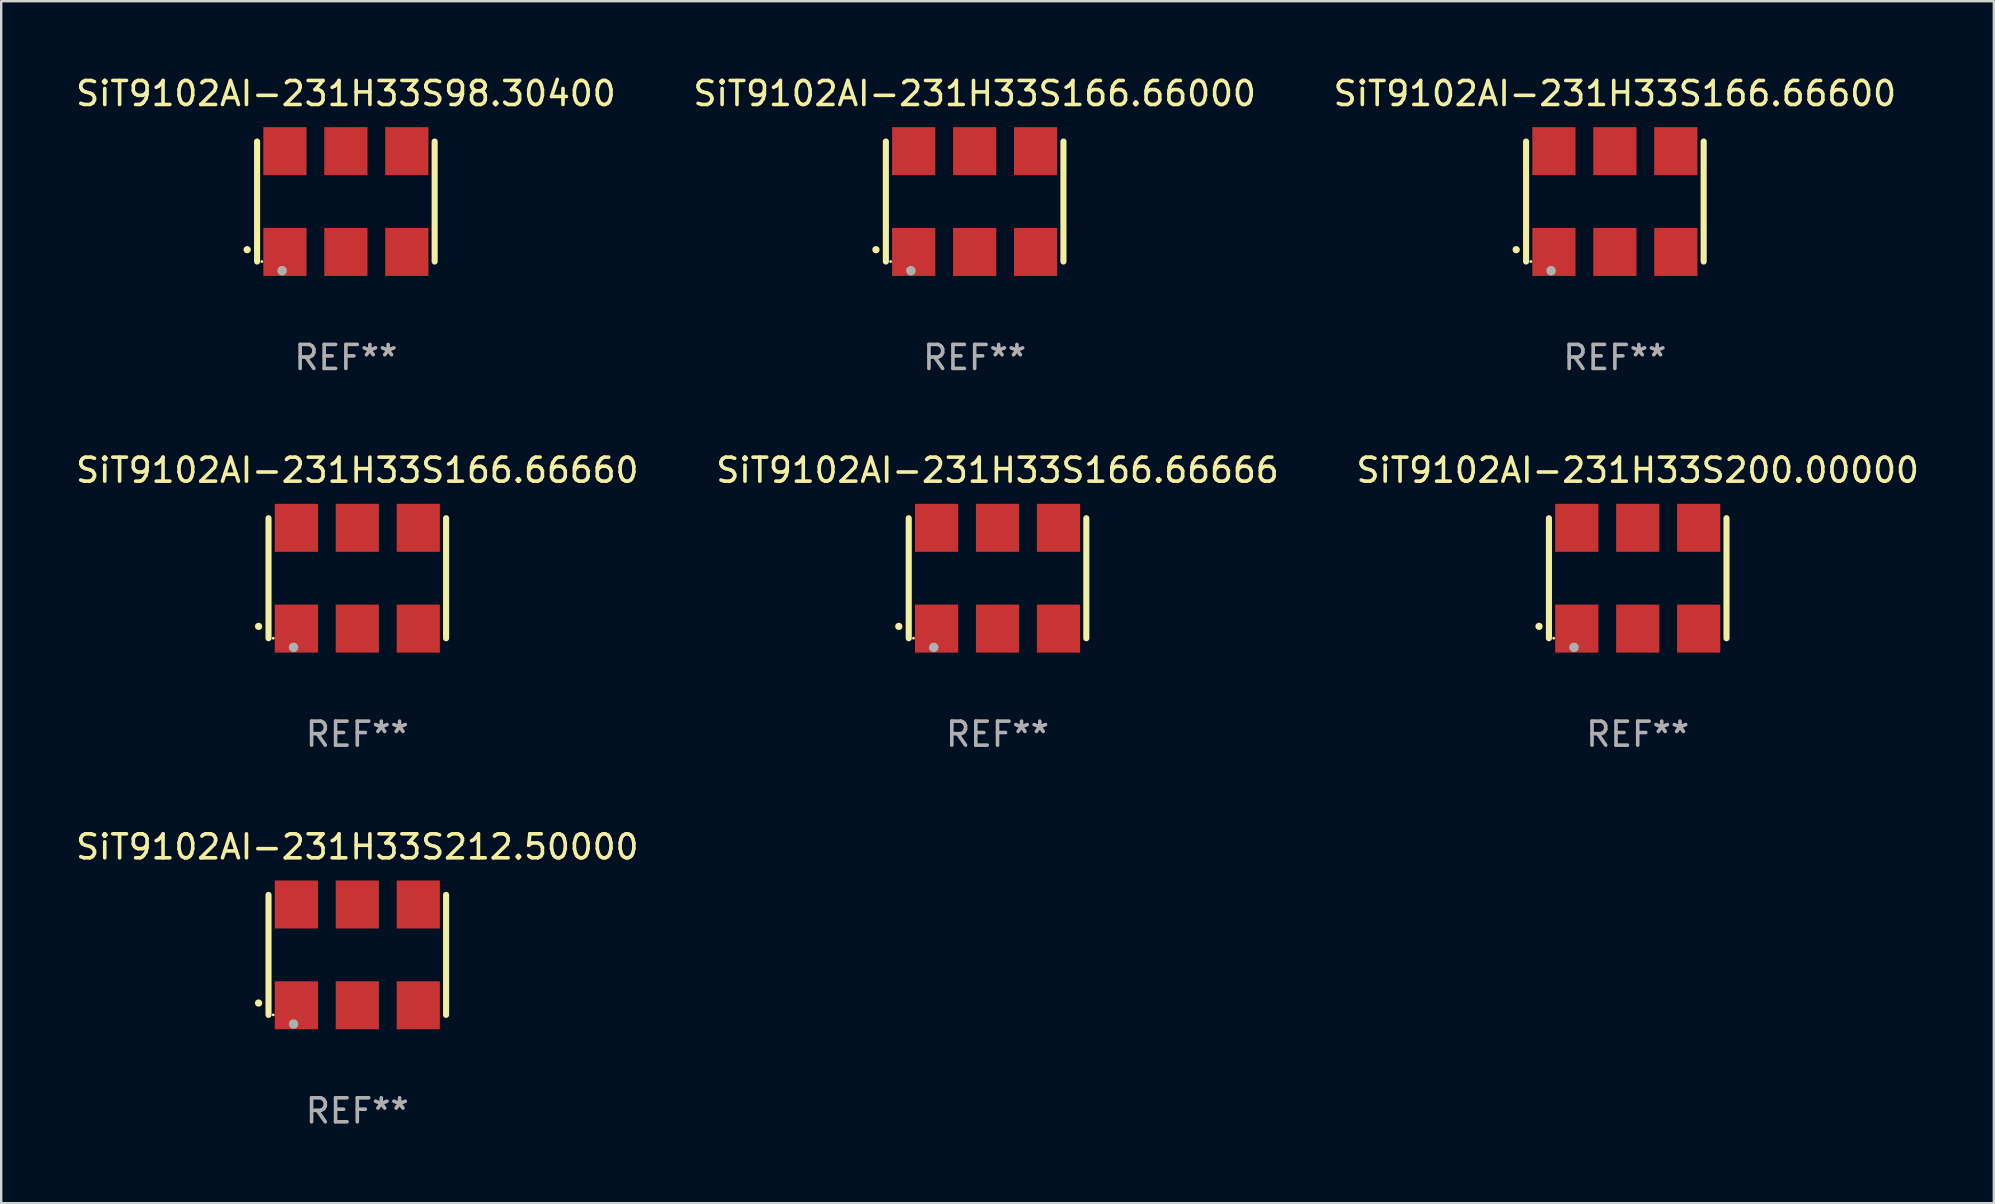
<source format=kicad_pcb>
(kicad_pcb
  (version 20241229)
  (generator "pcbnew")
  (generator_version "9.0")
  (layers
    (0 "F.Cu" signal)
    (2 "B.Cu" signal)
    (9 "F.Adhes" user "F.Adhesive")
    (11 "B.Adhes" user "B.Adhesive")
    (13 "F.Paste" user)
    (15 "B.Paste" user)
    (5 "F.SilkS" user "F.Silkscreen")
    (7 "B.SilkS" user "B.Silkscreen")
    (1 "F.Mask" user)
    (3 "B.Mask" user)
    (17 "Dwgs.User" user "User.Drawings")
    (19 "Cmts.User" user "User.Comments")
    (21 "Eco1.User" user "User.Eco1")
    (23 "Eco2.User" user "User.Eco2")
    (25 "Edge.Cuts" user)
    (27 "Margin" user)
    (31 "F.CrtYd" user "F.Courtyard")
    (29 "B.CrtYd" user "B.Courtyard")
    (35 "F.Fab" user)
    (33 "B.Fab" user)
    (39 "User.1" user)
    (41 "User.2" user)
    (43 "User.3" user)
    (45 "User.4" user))
  (footprint "SiT9102AI-231H33S98.30400"
    (layer "F.Cu")
    (at 11.363 5.348)
    (property "Reference" "SiT9102AI-231H33S98.30400" (at 0 -4.5 0) (layer "F.SilkS") (effects (font (size 1 1) (thickness 0.15))))
    (attr through_hole)
    (fp_line (start -3.7 -2.5) (end -3.7 2.5) (stroke (width 0.254) (type solid)) (layer "F.SilkS"))
    (fp_line (start 3.7 -2.5) (end 3.7 2.5) (stroke (width 0.254) (type solid)) (layer "F.SilkS"))
    (fp_arc (start -4.114415 2.006604) (mid -4.113145 2.006599) (end -4.111875 2.006604) (stroke (width 0.3) (type solid)) (layer "F.SilkS"))
    (fp_circle (center -3.502 2.5) (end -3.472 2.5) (stroke (width 0.06) (type solid)) (fill no) (layer "F.SilkS"))
    (fp_circle (center -2.657 2.882) (end -2.557 2.882) (stroke (width 0.2) (type solid)) (fill no) (layer "F.Fab"))
    (fp_text user "REF**" (at 0 6.5 0) (layer "F.Fab") (effects (font (size 1 1) (thickness 0.15))))
    (pad "1" smd rect (at -2.54 2.1) (size 1.8 2) (layers "F.Cu" "F.Mask" "F.Paste"))
    (pad "2" smd rect (at 0.000394 2.1) (size 1.8 2) (layers "F.Cu" "F.Mask" "F.Paste"))
    (pad "3" smd rect (at 2.54 2.1) (size 1.8 2) (layers "F.Cu" "F.Mask" "F.Paste"))
    (pad "4" smd rect (at 2.54 -2.1) (size 1.8 2) (layers "F.Cu" "F.Mask" "F.Paste"))
    (pad "5" smd rect (at 0.000394 -2.1) (size 1.8 2) (layers "F.Cu" "F.Mask" "F.Paste"))
    (pad "6" smd rect (at -2.54 -2.1) (size 1.8 2) (layers "F.Cu" "F.Mask" "F.Paste")))
  (footprint "SiT9102AI-231H33S166.66666"
    (layer "F.Cu")
    (at 38.518 21.045)
    (property "Reference" "SiT9102AI-231H33S166.66666" (at 0 -4.5 0) (layer "F.SilkS") (effects (font (size 1 1) (thickness 0.15))))
    (attr through_hole)
    (fp_line (start -3.7 -2.5) (end -3.7 2.5) (stroke (width 0.254) (type solid)) (layer "F.SilkS"))
    (fp_line (start 3.7 -2.5) (end 3.7 2.5) (stroke (width 0.254) (type solid)) (layer "F.SilkS"))
    (fp_arc (start -4.114415 2.006604) (mid -4.113145 2.006599) (end -4.111875 2.006604) (stroke (width 0.3) (type solid)) (layer "F.SilkS"))
    (fp_circle (center -3.502 2.5) (end -3.472 2.5) (stroke (width 0.06) (type solid)) (fill no) (layer "F.SilkS"))
    (fp_circle (center -2.657 2.882) (end -2.557 2.882) (stroke (width 0.2) (type solid)) (fill no) (layer "F.Fab"))
    (fp_text user "REF**" (at 0 6.5 0) (layer "F.Fab") (effects (font (size 1 1) (thickness 0.15))))
    (pad "1" smd rect (at -2.54 2.1) (size 1.8 2) (layers "F.Cu" "F.Mask" "F.Paste"))
    (pad "2" smd rect (at 0.000394 2.1) (size 1.8 2) (layers "F.Cu" "F.Mask" "F.Paste"))
    (pad "3" smd rect (at 2.54 2.1) (size 1.8 2) (layers "F.Cu" "F.Mask" "F.Paste"))
    (pad "4" smd rect (at 2.54 -2.1) (size 1.8 2) (layers "F.Cu" "F.Mask" "F.Paste"))
    (pad "5" smd rect (at 0.000394 -2.1) (size 1.8 2) (layers "F.Cu" "F.Mask" "F.Paste"))
    (pad "6" smd rect (at -2.54 -2.1) (size 1.8 2) (layers "F.Cu" "F.Mask" "F.Paste")))
  (footprint "SiT9102AI-231H33S212.50000"
    (layer "F.Cu")
    (at 11.839 36.741)
    (property "Reference" "SiT9102AI-231H33S212.50000" (at 0 -4.5 0) (layer "F.SilkS") (effects (font (size 1 1) (thickness 0.15))))
    (attr through_hole)
    (fp_line (start -3.7 -2.5) (end -3.7 2.5) (stroke (width 0.254) (type solid)) (layer "F.SilkS"))
    (fp_line (start 3.7 -2.5) (end 3.7 2.5) (stroke (width 0.254) (type solid)) (layer "F.SilkS"))
    (fp_arc (start -4.114415 2.006604) (mid -4.113145 2.006599) (end -4.111875 2.006604) (stroke (width 0.3) (type solid)) (layer "F.SilkS"))
    (fp_circle (center -3.502 2.5) (end -3.472 2.5) (stroke (width 0.06) (type solid)) (fill no) (layer "F.SilkS"))
    (fp_circle (center -2.657 2.882) (end -2.557 2.882) (stroke (width 0.2) (type solid)) (fill no) (layer "F.Fab"))
    (fp_text user "REF**" (at 0 6.5 0) (layer "F.Fab") (effects (font (size 1 1) (thickness 0.15))))
    (pad "1" smd rect (at -2.54 2.1) (size 1.8 2) (layers "F.Cu" "F.Mask" "F.Paste"))
    (pad "2" smd rect (at 0.000394 2.1) (size 1.8 2) (layers "F.Cu" "F.Mask" "F.Paste"))
    (pad "3" smd rect (at 2.54 2.1) (size 1.8 2) (layers "F.Cu" "F.Mask" "F.Paste"))
    (pad "4" smd rect (at 2.54 -2.1) (size 1.8 2) (layers "F.Cu" "F.Mask" "F.Paste"))
    (pad "5" smd rect (at 0.000394 -2.1) (size 1.8 2) (layers "F.Cu" "F.Mask" "F.Paste"))
    (pad "6" smd rect (at -2.54 -2.1) (size 1.8 2) (layers "F.Cu" "F.Mask" "F.Paste")))
  (footprint "SiT9102AI-231H33S166.66600"
    (layer "F.Cu")
    (at 64.244 5.348)
    (property "Reference" "SiT9102AI-231H33S166.66600" (at 0 -4.5 0) (layer "F.SilkS") (effects (font (size 1 1) (thickness 0.15))))
    (attr through_hole)
    (fp_line (start -3.7 -2.5) (end -3.7 2.5) (stroke (width 0.254) (type solid)) (layer "F.SilkS"))
    (fp_line (start 3.7 -2.5) (end 3.7 2.5) (stroke (width 0.254) (type solid)) (layer "F.SilkS"))
    (fp_arc (start -4.114415 2.006604) (mid -4.113145 2.006599) (end -4.111875 2.006604) (stroke (width 0.3) (type solid)) (layer "F.SilkS"))
    (fp_circle (center -3.502 2.5) (end -3.472 2.5) (stroke (width 0.06) (type solid)) (fill no) (layer "F.SilkS"))
    (fp_circle (center -2.657 2.882) (end -2.557 2.882) (stroke (width 0.2) (type solid)) (fill no) (layer "F.Fab"))
    (fp_text user "REF**" (at 0 6.5 0) (layer "F.Fab") (effects (font (size 1 1) (thickness 0.15))))
    (pad "1" smd rect (at -2.54 2.1) (size 1.8 2) (layers "F.Cu" "F.Mask" "F.Paste"))
    (pad "2" smd rect (at 0.000394 2.1) (size 1.8 2) (layers "F.Cu" "F.Mask" "F.Paste"))
    (pad "3" smd rect (at 2.54 2.1) (size 1.8 2) (layers "F.Cu" "F.Mask" "F.Paste"))
    (pad "4" smd rect (at 2.54 -2.1) (size 1.8 2) (layers "F.Cu" "F.Mask" "F.Paste"))
    (pad "5" smd rect (at 0.000394 -2.1) (size 1.8 2) (layers "F.Cu" "F.Mask" "F.Paste"))
    (pad "6" smd rect (at -2.54 -2.1) (size 1.8 2) (layers "F.Cu" "F.Mask" "F.Paste")))
  (footprint "SiT9102AI-231H33S166.66000"
    (layer "F.Cu")
    (at 37.565 5.348)
    (property "Reference" "SiT9102AI-231H33S166.66000" (at 0 -4.5 0) (layer "F.SilkS") (effects (font (size 1 1) (thickness 0.15))))
    (attr through_hole)
    (fp_line (start -3.7 -2.5) (end -3.7 2.5) (stroke (width 0.254) (type solid)) (layer "F.SilkS"))
    (fp_line (start 3.7 -2.5) (end 3.7 2.5) (stroke (width 0.254) (type solid)) (layer "F.SilkS"))
    (fp_arc (start -4.114415 2.006604) (mid -4.113145 2.006599) (end -4.111875 2.006604) (stroke (width 0.3) (type solid)) (layer "F.SilkS"))
    (fp_circle (center -3.502 2.5) (end -3.472 2.5) (stroke (width 0.06) (type solid)) (fill no) (layer "F.SilkS"))
    (fp_circle (center -2.657 2.882) (end -2.557 2.882) (stroke (width 0.2) (type solid)) (fill no) (layer "F.Fab"))
    (fp_text user "REF**" (at 0 6.5 0) (layer "F.Fab") (effects (font (size 1 1) (thickness 0.15))))
    (pad "1" smd rect (at -2.54 2.1) (size 1.8 2) (layers "F.Cu" "F.Mask" "F.Paste"))
    (pad "2" smd rect (at 0.000394 2.1) (size 1.8 2) (layers "F.Cu" "F.Mask" "F.Paste"))
    (pad "3" smd rect (at 2.54 2.1) (size 1.8 2) (layers "F.Cu" "F.Mask" "F.Paste"))
    (pad "4" smd rect (at 2.54 -2.1) (size 1.8 2) (layers "F.Cu" "F.Mask" "F.Paste"))
    (pad "5" smd rect (at 0.000394 -2.1) (size 1.8 2) (layers "F.Cu" "F.Mask" "F.Paste"))
    (pad "6" smd rect (at -2.54 -2.1) (size 1.8 2) (layers "F.Cu" "F.Mask" "F.Paste")))
  (footprint "SiT9102AI-231H33S166.66660"
    (layer "F.Cu")
    (at 11.839 21.045)
    (property "Reference" "SiT9102AI-231H33S166.66660" (at 0 -4.5 0) (layer "F.SilkS") (effects (font (size 1 1) (thickness 0.15))))
    (attr through_hole)
    (fp_line (start -3.7 -2.5) (end -3.7 2.5) (stroke (width 0.254) (type solid)) (layer "F.SilkS"))
    (fp_line (start 3.7 -2.5) (end 3.7 2.5) (stroke (width 0.254) (type solid)) (layer "F.SilkS"))
    (fp_arc (start -4.114415 2.006604) (mid -4.113145 2.006599) (end -4.111875 2.006604) (stroke (width 0.3) (type solid)) (layer "F.SilkS"))
    (fp_circle (center -3.502 2.5) (end -3.472 2.5) (stroke (width 0.06) (type solid)) (fill no) (layer "F.SilkS"))
    (fp_circle (center -2.657 2.882) (end -2.557 2.882) (stroke (width 0.2) (type solid)) (fill no) (layer "F.Fab"))
    (fp_text user "REF**" (at 0 6.5 0) (layer "F.Fab") (effects (font (size 1 1) (thickness 0.15))))
    (pad "1" smd rect (at -2.54 2.1) (size 1.8 2) (layers "F.Cu" "F.Mask" "F.Paste"))
    (pad "2" smd rect (at 0.000394 2.1) (size 1.8 2) (layers "F.Cu" "F.Mask" "F.Paste"))
    (pad "3" smd rect (at 2.54 2.1) (size 1.8 2) (layers "F.Cu" "F.Mask" "F.Paste"))
    (pad "4" smd rect (at 2.54 -2.1) (size 1.8 2) (layers "F.Cu" "F.Mask" "F.Paste"))
    (pad "5" smd rect (at 0.000394 -2.1) (size 1.8 2) (layers "F.Cu" "F.Mask" "F.Paste"))
    (pad "6" smd rect (at -2.54 -2.1) (size 1.8 2) (layers "F.Cu" "F.Mask" "F.Paste")))
  (footprint "SiT9102AI-231H33S200.00000"
    (layer "F.Cu")
    (at 65.196 21.045)
    (property "Reference" "SiT9102AI-231H33S200.00000" (at 0 -4.5 0) (layer "F.SilkS") (effects (font (size 1 1) (thickness 0.15))))
    (attr through_hole)
    (fp_line (start -3.7 -2.5) (end -3.7 2.5) (stroke (width 0.254) (type solid)) (layer "F.SilkS"))
    (fp_line (start 3.7 -2.5) (end 3.7 2.5) (stroke (width 0.254) (type solid)) (layer "F.SilkS"))
    (fp_arc (start -4.114415 2.006604) (mid -4.113145 2.006599) (end -4.111875 2.006604) (stroke (width 0.3) (type solid)) (layer "F.SilkS"))
    (fp_circle (center -3.502 2.5) (end -3.472 2.5) (stroke (width 0.06) (type solid)) (fill no) (layer "F.SilkS"))
    (fp_circle (center -2.657 2.882) (end -2.557 2.882) (stroke (width 0.2) (type solid)) (fill no) (layer "F.Fab"))
    (fp_text user "REF**" (at 0 6.5 0) (layer "F.Fab") (effects (font (size 1 1) (thickness 0.15))))
    (pad "1" smd rect (at -2.54 2.1) (size 1.8 2) (layers "F.Cu" "F.Mask" "F.Paste"))
    (pad "2" smd rect (at 0.000394 2.1) (size 1.8 2) (layers "F.Cu" "F.Mask" "F.Paste"))
    (pad "3" smd rect (at 2.54 2.1) (size 1.8 2) (layers "F.Cu" "F.Mask" "F.Paste"))
    (pad "4" smd rect (at 2.54 -2.1) (size 1.8 2) (layers "F.Cu" "F.Mask" "F.Paste"))
    (pad "5" smd rect (at 0.000394 -2.1) (size 1.8 2) (layers "F.Cu" "F.Mask" "F.Paste"))
    (pad "6" smd rect (at -2.54 -2.1) (size 1.8 2) (layers "F.Cu" "F.Mask" "F.Paste")))
  (gr_rect
    (start -3 -3)
    (end 80.036 47.09)
    (stroke (width 0.1) (type default))
    (fill no)
    (layer "Edge.Cuts")))
</source>
